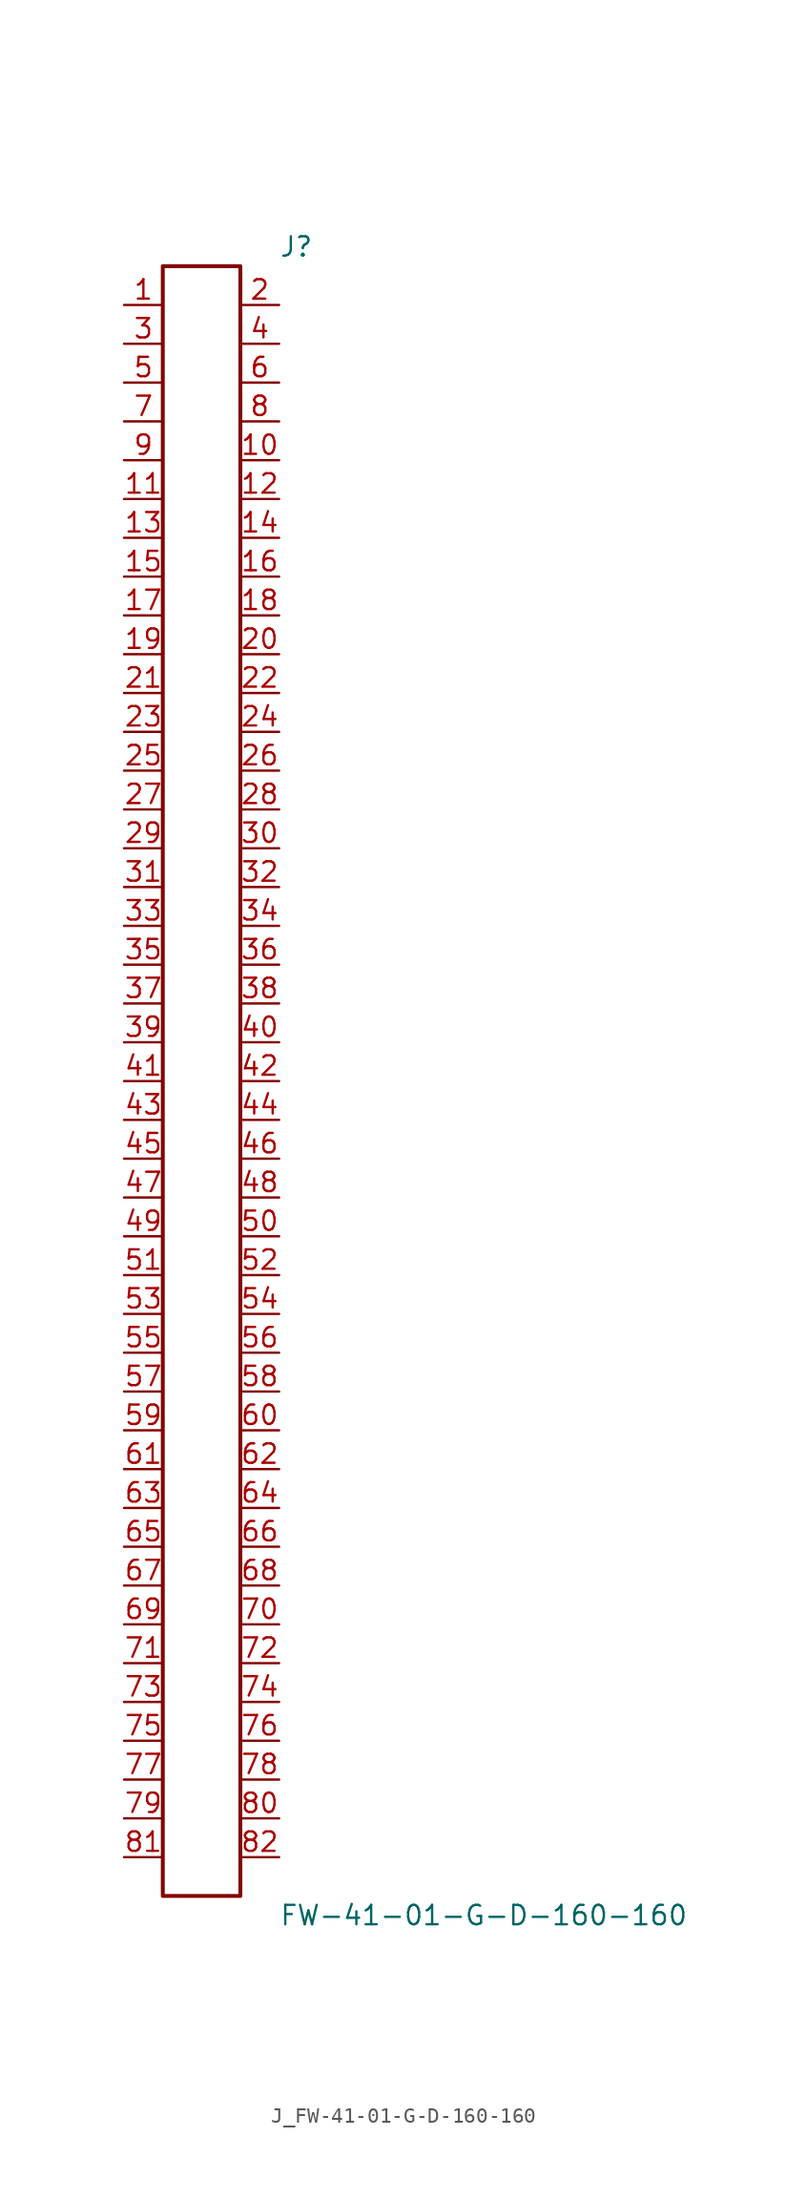
<source format=kicad_sym>
(kicad_symbol_lib
  (version 20231120)
  (generator kicad_symbol_editor)
  (generator_version 8.0)
  (symbol "J_FW-41-01-G-D-160-160"
    (pin_names
      (offset 0.254))
    (property "Reference" "J"
      (at 5.08 54.61 0)
      (effects (font (size 1.27 1.27)) (justify left)))
    (property "Value" "FW-41-01-G-D-160-160"
      (at 5.08 -54.61 0)
      (effects (font (size 1.27 1.27)) (justify left)))
    (symbol "J_FW-41-01-G-D-160-160_0_0"
      (pin unspecified line (at -5.08 50.8 0) (length 2.54) (name "" (effects (font (size 1.27 1.27)))) (number "1" (effects (font (size 1.27 1.27)))))
      (pin unspecified line (at 5.08 50.8 180) (length 2.54) (name "" (effects (font (size 1.27 1.27)))) (number "2" (effects (font (size 1.27 1.27)))))
      (pin unspecified line (at -5.08 48.26 0) (length 2.54) (name "" (effects (font (size 1.27 1.27)))) (number "3" (effects (font (size 1.27 1.27)))))
      (pin unspecified line (at 5.08 48.26 180) (length 2.54) (name "" (effects (font (size 1.27 1.27)))) (number "4" (effects (font (size 1.27 1.27)))))
      (pin unspecified line (at -5.08 45.72 0) (length 2.54) (name "" (effects (font (size 1.27 1.27)))) (number "5" (effects (font (size 1.27 1.27)))))
      (pin unspecified line (at 5.08 45.72 180) (length 2.54) (name "" (effects (font (size 1.27 1.27)))) (number "6" (effects (font (size 1.27 1.27)))))
      (pin unspecified line (at -5.08 43.18 0) (length 2.54) (name "" (effects (font (size 1.27 1.27)))) (number "7" (effects (font (size 1.27 1.27)))))
      (pin unspecified line (at 5.08 43.18 180) (length 2.54) (name "" (effects (font (size 1.27 1.27)))) (number "8" (effects (font (size 1.27 1.27)))))
      (pin unspecified line (at -5.08 40.64 0) (length 2.54) (name "" (effects (font (size 1.27 1.27)))) (number "9" (effects (font (size 1.27 1.27)))))
      (pin unspecified line (at 5.08 40.64 180) (length 2.54) (name "" (effects (font (size 1.27 1.27)))) (number "10" (effects (font (size 1.27 1.27)))))
      (pin unspecified line (at -5.08 38.1 0) (length 2.54) (name "" (effects (font (size 1.27 1.27)))) (number "11" (effects (font (size 1.27 1.27)))))
      (pin unspecified line (at 5.08 38.1 180) (length 2.54) (name "" (effects (font (size 1.27 1.27)))) (number "12" (effects (font (size 1.27 1.27)))))
      (pin unspecified line (at -5.08 35.56 0) (length 2.54) (name "" (effects (font (size 1.27 1.27)))) (number "13" (effects (font (size 1.27 1.27)))))
      (pin unspecified line (at 5.08 35.56 180) (length 2.54) (name "" (effects (font (size 1.27 1.27)))) (number "14" (effects (font (size 1.27 1.27)))))
      (pin unspecified line (at -5.08 33.02 0) (length 2.54) (name "" (effects (font (size 1.27 1.27)))) (number "15" (effects (font (size 1.27 1.27)))))
      (pin unspecified line (at 5.08 33.02 180) (length 2.54) (name "" (effects (font (size 1.27 1.27)))) (number "16" (effects (font (size 1.27 1.27)))))
      (pin unspecified line (at -5.08 30.48 0) (length 2.54) (name "" (effects (font (size 1.27 1.27)))) (number "17" (effects (font (size 1.27 1.27)))))
      (pin unspecified line (at 5.08 30.48 180) (length 2.54) (name "" (effects (font (size 1.27 1.27)))) (number "18" (effects (font (size 1.27 1.27)))))
      (pin unspecified line (at -5.08 27.94 0) (length 2.54) (name "" (effects (font (size 1.27 1.27)))) (number "19" (effects (font (size 1.27 1.27)))))
      (pin unspecified line (at 5.08 27.94 180) (length 2.54) (name "" (effects (font (size 1.27 1.27)))) (number "20" (effects (font (size 1.27 1.27)))))
      (pin unspecified line (at -5.08 25.4 0) (length 2.54) (name "" (effects (font (size 1.27 1.27)))) (number "21" (effects (font (size 1.27 1.27)))))
      (pin unspecified line (at 5.08 25.4 180) (length 2.54) (name "" (effects (font (size 1.27 1.27)))) (number "22" (effects (font (size 1.27 1.27)))))
      (pin unspecified line (at -5.08 22.86 0) (length 2.54) (name "" (effects (font (size 1.27 1.27)))) (number "23" (effects (font (size 1.27 1.27)))))
      (pin unspecified line (at 5.08 22.86 180) (length 2.54) (name "" (effects (font (size 1.27 1.27)))) (number "24" (effects (font (size 1.27 1.27)))))
      (pin unspecified line (at -5.08 20.32 0) (length 2.54) (name "" (effects (font (size 1.27 1.27)))) (number "25" (effects (font (size 1.27 1.27)))))
      (pin unspecified line (at 5.08 20.32 180) (length 2.54) (name "" (effects (font (size 1.27 1.27)))) (number "26" (effects (font (size 1.27 1.27)))))
      (pin unspecified line (at -5.08 17.78 0) (length 2.54) (name "" (effects (font (size 1.27 1.27)))) (number "27" (effects (font (size 1.27 1.27)))))
      (pin unspecified line (at 5.08 17.78 180) (length 2.54) (name "" (effects (font (size 1.27 1.27)))) (number "28" (effects (font (size 1.27 1.27)))))
      (pin unspecified line (at -5.08 15.24 0) (length 2.54) (name "" (effects (font (size 1.27 1.27)))) (number "29" (effects (font (size 1.27 1.27)))))
      (pin unspecified line (at 5.08 15.24 180) (length 2.54) (name "" (effects (font (size 1.27 1.27)))) (number "30" (effects (font (size 1.27 1.27)))))
      (pin unspecified line (at -5.08 12.7 0) (length 2.54) (name "" (effects (font (size 1.27 1.27)))) (number "31" (effects (font (size 1.27 1.27)))))
      (pin unspecified line (at 5.08 12.7 180) (length 2.54) (name "" (effects (font (size 1.27 1.27)))) (number "32" (effects (font (size 1.27 1.27)))))
      (pin unspecified line (at -5.08 10.16 0) (length 2.54) (name "" (effects (font (size 1.27 1.27)))) (number "33" (effects (font (size 1.27 1.27)))))
      (pin unspecified line (at 5.08 10.16 180) (length 2.54) (name "" (effects (font (size 1.27 1.27)))) (number "34" (effects (font (size 1.27 1.27)))))
      (pin unspecified line (at -5.08 7.62 0) (length 2.54) (name "" (effects (font (size 1.27 1.27)))) (number "35" (effects (font (size 1.27 1.27)))))
      (pin unspecified line (at 5.08 7.62 180) (length 2.54) (name "" (effects (font (size 1.27 1.27)))) (number "36" (effects (font (size 1.27 1.27)))))
      (pin unspecified line (at -5.08 5.08 0) (length 2.54) (name "" (effects (font (size 1.27 1.27)))) (number "37" (effects (font (size 1.27 1.27)))))
      (pin unspecified line (at 5.08 5.08 180) (length 2.54) (name "" (effects (font (size 1.27 1.27)))) (number "38" (effects (font (size 1.27 1.27)))))
      (pin unspecified line (at -5.08 2.54 0) (length 2.54) (name "" (effects (font (size 1.27 1.27)))) (number "39" (effects (font (size 1.27 1.27)))))
      (pin unspecified line (at 5.08 2.54 180) (length 2.54) (name "" (effects (font (size 1.27 1.27)))) (number "40" (effects (font (size 1.27 1.27)))))
      (pin unspecified line (at -5.08 0.0 0) (length 2.54) (name "" (effects (font (size 1.27 1.27)))) (number "41" (effects (font (size 1.27 1.27)))))
      (pin unspecified line (at 5.08 0.0 180) (length 2.54) (name "" (effects (font (size 1.27 1.27)))) (number "42" (effects (font (size 1.27 1.27)))))
      (pin unspecified line (at -5.08 -2.54 0) (length 2.54) (name "" (effects (font (size 1.27 1.27)))) (number "43" (effects (font (size 1.27 1.27)))))
      (pin unspecified line (at 5.08 -2.54 180) (length 2.54) (name "" (effects (font (size 1.27 1.27)))) (number "44" (effects (font (size 1.27 1.27)))))
      (pin unspecified line (at -5.08 -5.08 0) (length 2.54) (name "" (effects (font (size 1.27 1.27)))) (number "45" (effects (font (size 1.27 1.27)))))
      (pin unspecified line (at 5.08 -5.08 180) (length 2.54) (name "" (effects (font (size 1.27 1.27)))) (number "46" (effects (font (size 1.27 1.27)))))
      (pin unspecified line (at -5.08 -7.62 0) (length 2.54) (name "" (effects (font (size 1.27 1.27)))) (number "47" (effects (font (size 1.27 1.27)))))
      (pin unspecified line (at 5.08 -7.62 180) (length 2.54) (name "" (effects (font (size 1.27 1.27)))) (number "48" (effects (font (size 1.27 1.27)))))
      (pin unspecified line (at -5.08 -10.16 0) (length 2.54) (name "" (effects (font (size 1.27 1.27)))) (number "49" (effects (font (size 1.27 1.27)))))
      (pin unspecified line (at 5.08 -10.16 180) (length 2.54) (name "" (effects (font (size 1.27 1.27)))) (number "50" (effects (font (size 1.27 1.27)))))
      (pin unspecified line (at -5.08 -12.7 0) (length 2.54) (name "" (effects (font (size 1.27 1.27)))) (number "51" (effects (font (size 1.27 1.27)))))
      (pin unspecified line (at 5.08 -12.7 180) (length 2.54) (name "" (effects (font (size 1.27 1.27)))) (number "52" (effects (font (size 1.27 1.27)))))
      (pin unspecified line (at -5.08 -15.24 0) (length 2.54) (name "" (effects (font (size 1.27 1.27)))) (number "53" (effects (font (size 1.27 1.27)))))
      (pin unspecified line (at 5.08 -15.24 180) (length 2.54) (name "" (effects (font (size 1.27 1.27)))) (number "54" (effects (font (size 1.27 1.27)))))
      (pin unspecified line (at -5.08 -17.78 0) (length 2.54) (name "" (effects (font (size 1.27 1.27)))) (number "55" (effects (font (size 1.27 1.27)))))
      (pin unspecified line (at 5.08 -17.78 180) (length 2.54) (name "" (effects (font (size 1.27 1.27)))) (number "56" (effects (font (size 1.27 1.27)))))
      (pin unspecified line (at -5.08 -20.32 0) (length 2.54) (name "" (effects (font (size 1.27 1.27)))) (number "57" (effects (font (size 1.27 1.27)))))
      (pin unspecified line (at 5.08 -20.32 180) (length 2.54) (name "" (effects (font (size 1.27 1.27)))) (number "58" (effects (font (size 1.27 1.27)))))
      (pin unspecified line (at -5.08 -22.86 0) (length 2.54) (name "" (effects (font (size 1.27 1.27)))) (number "59" (effects (font (size 1.27 1.27)))))
      (pin unspecified line (at 5.08 -22.86 180) (length 2.54) (name "" (effects (font (size 1.27 1.27)))) (number "60" (effects (font (size 1.27 1.27)))))
      (pin unspecified line (at -5.08 -25.4 0) (length 2.54) (name "" (effects (font (size 1.27 1.27)))) (number "61" (effects (font (size 1.27 1.27)))))
      (pin unspecified line (at 5.08 -25.4 180) (length 2.54) (name "" (effects (font (size 1.27 1.27)))) (number "62" (effects (font (size 1.27 1.27)))))
      (pin unspecified line (at -5.08 -27.94 0) (length 2.54) (name "" (effects (font (size 1.27 1.27)))) (number "63" (effects (font (size 1.27 1.27)))))
      (pin unspecified line (at 5.08 -27.94 180) (length 2.54) (name "" (effects (font (size 1.27 1.27)))) (number "64" (effects (font (size 1.27 1.27)))))
      (pin unspecified line (at -5.08 -30.48 0) (length 2.54) (name "" (effects (font (size 1.27 1.27)))) (number "65" (effects (font (size 1.27 1.27)))))
      (pin unspecified line (at 5.08 -30.48 180) (length 2.54) (name "" (effects (font (size 1.27 1.27)))) (number "66" (effects (font (size 1.27 1.27)))))
      (pin unspecified line (at -5.08 -33.02 0) (length 2.54) (name "" (effects (font (size 1.27 1.27)))) (number "67" (effects (font (size 1.27 1.27)))))
      (pin unspecified line (at 5.08 -33.02 180) (length 2.54) (name "" (effects (font (size 1.27 1.27)))) (number "68" (effects (font (size 1.27 1.27)))))
      (pin unspecified line (at -5.08 -35.56 0) (length 2.54) (name "" (effects (font (size 1.27 1.27)))) (number "69" (effects (font (size 1.27 1.27)))))
      (pin unspecified line (at 5.08 -35.56 180) (length 2.54) (name "" (effects (font (size 1.27 1.27)))) (number "70" (effects (font (size 1.27 1.27)))))
      (pin unspecified line (at -5.08 -38.1 0) (length 2.54) (name "" (effects (font (size 1.27 1.27)))) (number "71" (effects (font (size 1.27 1.27)))))
      (pin unspecified line (at 5.08 -38.1 180) (length 2.54) (name "" (effects (font (size 1.27 1.27)))) (number "72" (effects (font (size 1.27 1.27)))))
      (pin unspecified line (at -5.08 -40.64 0) (length 2.54) (name "" (effects (font (size 1.27 1.27)))) (number "73" (effects (font (size 1.27 1.27)))))
      (pin unspecified line (at 5.08 -40.64 180) (length 2.54) (name "" (effects (font (size 1.27 1.27)))) (number "74" (effects (font (size 1.27 1.27)))))
      (pin unspecified line (at -5.08 -43.18 0) (length 2.54) (name "" (effects (font (size 1.27 1.27)))) (number "75" (effects (font (size 1.27 1.27)))))
      (pin unspecified line (at 5.08 -43.18 180) (length 2.54) (name "" (effects (font (size 1.27 1.27)))) (number "76" (effects (font (size 1.27 1.27)))))
      (pin unspecified line (at -5.08 -45.72 0) (length 2.54) (name "" (effects (font (size 1.27 1.27)))) (number "77" (effects (font (size 1.27 1.27)))))
      (pin unspecified line (at 5.08 -45.72 180) (length 2.54) (name "" (effects (font (size 1.27 1.27)))) (number "78" (effects (font (size 1.27 1.27)))))
      (pin unspecified line (at -5.08 -48.26 0) (length 2.54) (name "" (effects (font (size 1.27 1.27)))) (number "79" (effects (font (size 1.27 1.27)))))
      (pin unspecified line (at 5.08 -48.26 180) (length 2.54) (name "" (effects (font (size 1.27 1.27)))) (number "80" (effects (font (size 1.27 1.27)))))
      (pin unspecified line (at -5.08 -50.8 0) (length 2.54) (name "" (effects (font (size 1.27 1.27)))) (number "81" (effects (font (size 1.27 1.27)))))
      (pin unspecified line (at 5.08 -50.8 180) (length 2.54) (name "" (effects (font (size 1.27 1.27)))) (number "82" (effects (font (size 1.27 1.27))))))
    (symbol "J_FW-41-01-G-D-160-160_1_0"
      (rectangle (start -2.54 53.34) (end 2.54 -53.34) (stroke (width 0.254) (type solid)) (fill (type none))))))
</source>
